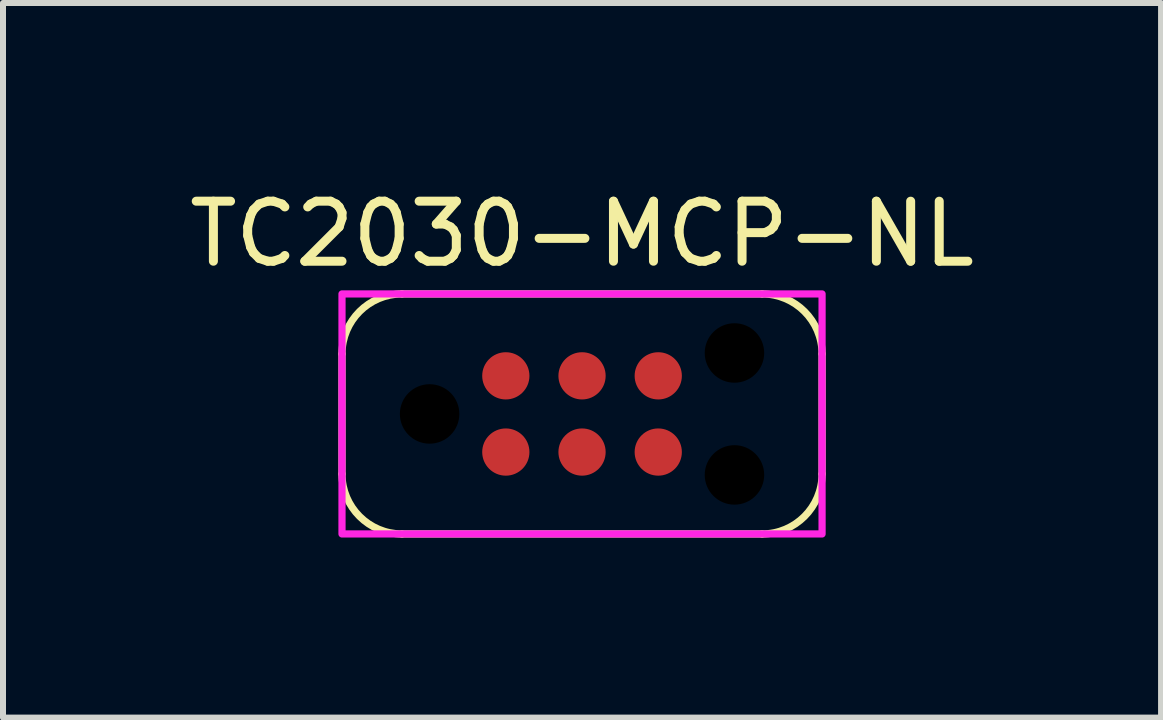
<source format=kicad_pcb>
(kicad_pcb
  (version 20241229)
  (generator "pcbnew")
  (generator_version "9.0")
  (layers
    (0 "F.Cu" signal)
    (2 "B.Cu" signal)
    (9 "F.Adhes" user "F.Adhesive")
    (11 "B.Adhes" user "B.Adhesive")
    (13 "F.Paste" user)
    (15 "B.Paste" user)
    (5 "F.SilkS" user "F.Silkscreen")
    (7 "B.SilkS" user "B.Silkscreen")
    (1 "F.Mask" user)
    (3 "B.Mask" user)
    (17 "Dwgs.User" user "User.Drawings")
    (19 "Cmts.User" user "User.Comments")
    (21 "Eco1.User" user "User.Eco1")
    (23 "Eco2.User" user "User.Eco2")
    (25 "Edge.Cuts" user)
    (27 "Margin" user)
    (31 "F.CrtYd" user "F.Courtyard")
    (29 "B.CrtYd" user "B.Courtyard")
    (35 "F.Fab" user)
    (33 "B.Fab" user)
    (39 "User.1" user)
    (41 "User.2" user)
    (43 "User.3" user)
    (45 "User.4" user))
  (footprint "TC2030-MCP-NL"
    (layer "F.Cu")
    (at 6.649 3.848)
    (property "Reference" "TC2030-MCP-NL" (at 0 -3 0) (unlocked yes) (layer "F.SilkS") (effects (font (size 1 1) (thickness 0.15))))
    (fp_line (start -4 1) (end -4 -1) (stroke (width 0.12) (type solid)) (layer "F.SilkS"))
    (fp_line (start -3 -2) (end 3 -2) (stroke (width 0.12) (type solid)) (layer "F.SilkS"))
    (fp_line (start 3 2) (end -3 2) (stroke (width 0.12) (type solid)) (layer "F.SilkS"))
    (fp_line (start 4 -1) (end 4 1) (stroke (width 0.12) (type solid)) (layer "F.SilkS"))
    (fp_arc (start -4 -1) (mid -3.707107 -1.707107) (end -3 -2) (stroke (width 0.12) (type solid)) (layer "F.SilkS"))
    (fp_arc (start -3 2) (mid -3.707107 1.707107) (end -4 1) (stroke (width 0.12) (type solid)) (layer "F.SilkS"))
    (fp_arc (start 3 -2) (mid 3.707107 -1.707107) (end 4 -1) (stroke (width 0.12) (type solid)) (layer "F.SilkS"))
    (fp_arc (start 4 1) (mid 3.707107 1.707107) (end 3 2) (stroke (width 0.12) (type solid)) (layer "F.SilkS"))
    (fp_rect (start -4 -2) (end 4 2) (stroke (width 0.12) (type solid)) (fill no) (layer "F.CrtYd"))
    (pad "" np_thru_hole circle (at -2.54 0) (size 0.991 0.991) (drill 0.991) (layers "*.Mask"))
    (pad "" np_thru_hole circle (at 2.54 -1.016) (size 0.991 0.991) (drill 0.991) (layers "*.Mask"))
    (pad "" np_thru_hole circle (at 2.54 1.016) (size 0.991 0.991) (drill 0.991) (layers "*.Mask"))
    (pad "1" smd circle (at -1.27 0.635) (size 0.787 0.787) (layers "F.Cu" "F.Mask"))
    (pad "2" smd circle (at -1.27 -0.635) (size 0.787 0.787) (layers "F.Cu" "F.Mask"))
    (pad "3" smd circle (at 0 0.635) (size 0.787 0.787) (layers "F.Cu" "F.Mask"))
    (pad "4" smd circle (at 0 -0.635) (size 0.787 0.787) (layers "F.Cu" "F.Mask"))
    (pad "5" smd circle (at 1.27 0.635) (size 0.787 0.787) (layers "F.Cu" "F.Mask"))
    (pad "6" smd circle (at 1.27 -0.635) (size 0.787 0.787) (layers "F.Cu" "F.Mask")))
  (gr_rect
    (start -3 -3)
    (end 16.298 8.908)
    (stroke (width 0.1) (type default))
    (fill no)
    (layer "Edge.Cuts")))
</source>
